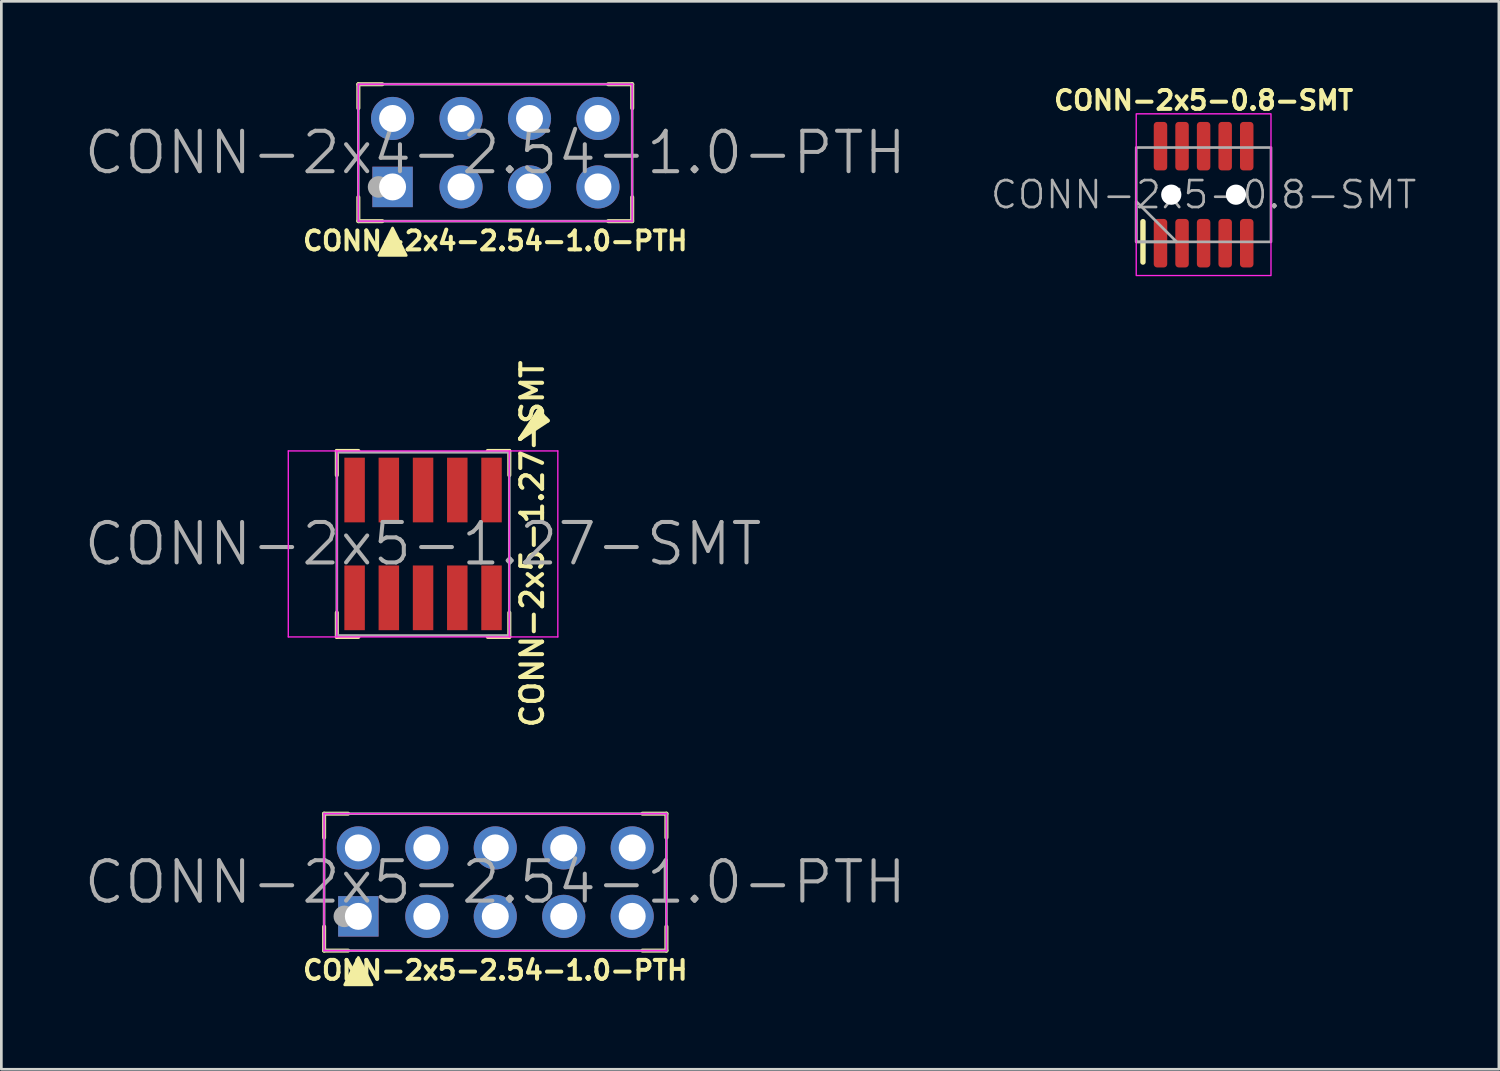
<source format=kicad_pcb>
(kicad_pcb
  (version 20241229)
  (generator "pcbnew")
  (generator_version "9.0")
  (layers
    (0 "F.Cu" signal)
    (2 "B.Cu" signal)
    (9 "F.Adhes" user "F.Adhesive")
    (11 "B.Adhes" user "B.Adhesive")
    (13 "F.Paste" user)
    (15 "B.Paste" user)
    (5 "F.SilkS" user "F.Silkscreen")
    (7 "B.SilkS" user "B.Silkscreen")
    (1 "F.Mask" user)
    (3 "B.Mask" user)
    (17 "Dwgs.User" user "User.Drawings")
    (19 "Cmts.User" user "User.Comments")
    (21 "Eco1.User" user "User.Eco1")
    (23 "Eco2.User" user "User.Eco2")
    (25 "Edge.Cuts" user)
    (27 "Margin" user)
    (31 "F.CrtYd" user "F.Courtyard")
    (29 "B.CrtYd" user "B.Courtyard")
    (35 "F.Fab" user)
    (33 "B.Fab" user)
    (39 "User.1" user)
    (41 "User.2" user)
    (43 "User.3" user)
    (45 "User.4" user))
  (footprint "CONN-2x5-0.8-SMT"
    (layer "F.Cu")
    (at 41.605 4.173)
    (property "Reference" "CONN-2x5-0.8-SMT" (at 0 -3.5 0) (unlocked yes) (layer "F.SilkS") (effects (font (size 0.7 0.7) (thickness 0.15) (bold yes))))
    (attr smd)
    (fp_line (start -2.25 1) (end -2.25 2.5) (stroke (width 0.2) (type default)) (layer "F.SilkS"))
    (fp_rect (start -2.5 -3) (end 2.5 3) (stroke (width 0.05) (type default)) (fill no) (layer "F.CrtYd"))
    (fp_rect (start -2.5 -1.75) (end 2.5 1.75) (stroke (width 0.1) (type default)) (fill no) (layer "F.Fab"))
    (fp_poly (pts (xy -2.5 1.75) (xy -2.5 0.25) (xy -1 1.75)) (stroke (width 0.1) (type solid)) (fill no) (layer "F.Fab"))
    (fp_text user "${REFERENCE}" (at 0 0 0) (unlocked yes) (layer "F.Fab") (effects (font (size 1 1) (thickness 0.1))))
    (pad "" np_thru_hole circle (at -1.2 0) (size 0.75 0.75) (drill 0.75) (layers "*.Cu" "*.Mask"))
    (pad "" np_thru_hole circle (at 1.2 0) (size 0.75 0.75) (drill 0.75) (layers "*.Cu" "*.Mask"))
    (pad "1" smd roundrect (at -1.6 1.8) (size 0.5 1.8) (layers "F.Cu" "F.Mask" "F.Paste") (roundrect_rratio 0.25))
    (pad "2" smd roundrect (at -1.6 -1.8) (size 0.5 1.8) (layers "F.Cu" "F.Mask" "F.Paste") (roundrect_rratio 0.25))
    (pad "3" smd roundrect (at -0.8 1.8) (size 0.5 1.8) (layers "F.Cu" "F.Mask" "F.Paste") (roundrect_rratio 0.25))
    (pad "4" smd roundrect (at -0.8 -1.8) (size 0.5 1.8) (layers "F.Cu" "F.Mask" "F.Paste") (roundrect_rratio 0.25))
    (pad "5" smd roundrect (at 0 1.8) (size 0.5 1.8) (layers "F.Cu" "F.Mask" "F.Paste") (roundrect_rratio 0.25))
    (pad "6" smd roundrect (at 0 -1.8) (size 0.5 1.8) (layers "F.Cu" "F.Mask" "F.Paste") (roundrect_rratio 0.25))
    (pad "7" smd roundrect (at 0.8 1.8) (size 0.5 1.8) (layers "F.Cu" "F.Mask" "F.Paste") (roundrect_rratio 0.25))
    (pad "8" smd roundrect (at 0.8 -1.8) (size 0.5 1.8) (layers "F.Cu" "F.Mask" "F.Paste") (roundrect_rratio 0.25))
    (pad "9" smd roundrect (at 1.6 1.8) (size 0.5 1.8) (layers "F.Cu" "F.Mask" "F.Paste") (roundrect_rratio 0.25))
    (pad "10" smd roundrect (at 1.6 -1.8) (size 0.5 1.8) (layers "F.Cu" "F.Mask" "F.Paste") (roundrect_rratio 0.25)))
  (footprint "CONN-2x5-2.54-1.0-PTH"
    (layer "F.Cu")
    (at 15.325 29.678)
    (property "Reference" "CONN-2x5-2.54-1.0-PTH" (at 0 3.27 0) (layer "F.SilkS") (effects (font (size 0.7 0.7) (thickness 0.15))))
    (attr through_hole)
    (fp_line (start -6.35 -2.54) (end -5.461 -2.54) (stroke (width 0.15) (type solid)) (layer "F.SilkS"))
    (fp_line (start -6.35 -1.651) (end -6.35 -2.54) (stroke (width 0.15) (type solid)) (layer "F.SilkS"))
    (fp_line (start -6.35 2.54) (end -6.35 1.651) (stroke (width 0.15) (type solid)) (layer "F.SilkS"))
    (fp_line (start -5.461 2.54) (end -6.35 2.54) (stroke (width 0.15) (type solid)) (layer "F.SilkS"))
    (fp_line (start 6.35 -2.54) (end 5.461 -2.54) (stroke (width 0.15) (type solid)) (layer "F.SilkS"))
    (fp_line (start 6.35 -1.651) (end 6.35 -2.54) (stroke (width 0.15) (type solid)) (layer "F.SilkS"))
    (fp_line (start 6.35 1.651) (end 6.35 2.54) (stroke (width 0.15) (type solid)) (layer "F.SilkS"))
    (fp_line (start 6.35 2.54) (end 5.461 2.54) (stroke (width 0.15) (type solid)) (layer "F.SilkS"))
    (fp_poly (pts (xy -5.08 2.794) (xy -5.588 3.81) (xy -4.572 3.81)) (stroke (width 0.1) (type solid)) (fill yes) (layer "F.SilkS"))
    (fp_line (start -6.35 -2.54) (end 6.35 -2.54) (stroke (width 0.05) (type solid)) (layer "F.CrtYd"))
    (fp_line (start -6.35 2.54) (end -6.35 -2.54) (stroke (width 0.05) (type solid)) (layer "F.CrtYd"))
    (fp_line (start 6.35 -2.54) (end 6.35 2.54) (stroke (width 0.05) (type solid)) (layer "F.CrtYd"))
    (fp_line (start 6.35 2.54) (end -6.35 2.54) (stroke (width 0.05) (type solid)) (layer "F.CrtYd"))
    (fp_line (start -6.35 -2.54) (end 6.35 -2.54) (stroke (width 0.1) (type solid)) (layer "F.Fab"))
    (fp_line (start -6.35 2.54) (end -6.35 -2.54) (stroke (width 0.1) (type solid)) (layer "F.Fab"))
    (fp_line (start 6.35 -2.54) (end 6.35 2.54) (stroke (width 0.1) (type solid)) (layer "F.Fab"))
    (fp_line (start 6.35 2.54) (end -6.35 2.54) (stroke (width 0.1) (type solid)) (layer "F.Fab"))
    (fp_circle (center -5.6 1.27) (end -5.4 1.27) (stroke (width 0.4) (type solid)) (fill no) (layer "F.Fab"))
    (fp_text user "${REFERENCE}" (at 0 0 0) (layer "F.Fab") (effects (font (size 1.5 1.5) (thickness 0.15))))
    (pad "1" thru_hole rect (at -5.08 1.27) (size 1.5 1.5) (drill 1) (layers "*.Cu" "*.Mask"))
    (pad "2" thru_hole circle (at -5.08 -1.27) (size 1.6 1.6) (drill 1) (layers "*.Cu" "*.Mask"))
    (pad "3" thru_hole circle (at -2.54 1.27) (size 1.6 1.6) (drill 1) (layers "*.Cu" "*.Mask"))
    (pad "4" thru_hole circle (at -2.54 -1.27) (size 1.6 1.6) (drill 1) (layers "*.Cu" "*.Mask"))
    (pad "5" thru_hole circle (at 0 1.27) (size 1.6 1.6) (drill 1) (layers "*.Cu" "*.Mask"))
    (pad "6" thru_hole circle (at 0 -1.27) (size 1.6 1.6) (drill 1) (layers "*.Cu" "*.Mask"))
    (pad "7" thru_hole circle (at 2.54 1.27) (size 1.6 1.6) (drill 1) (layers "*.Cu" "*.Mask"))
    (pad "8" thru_hole circle (at 2.54 -1.27) (size 1.6 1.6) (drill 1) (layers "*.Cu" "*.Mask"))
    (pad "9" thru_hole circle (at 5.08 1.27) (size 1.6 1.6) (drill 1) (layers "*.Cu" "*.Mask"))
    (pad "10" thru_hole circle (at 5.08 -1.27) (size 1.6 1.6) (drill 1) (layers "*.Cu" "*.Mask")))
  (footprint "CONN-2x5-1.27-SMT"
    (layer "F.Cu")
    (at 12.646 17.13)
    (property "Reference" "CONN-2x5-1.27-SMT" (at 4.05 0 270) (layer "F.SilkS") (effects (font (size 0.81 0.81) (thickness 0.15))))
    (attr through_hole)
    (fp_line (start -3.2 -2.55) (end -3.2 -3.45) (stroke (width 0.15) (type solid)) (layer "F.SilkS"))
    (fp_line (start -3.2 2.55) (end -3.2 3.45) (stroke (width 0.15) (type solid)) (layer "F.SilkS"))
    (fp_line (start -2.4 -3.45) (end -3.2 -3.45) (stroke (width 0.15) (type solid)) (layer "F.SilkS"))
    (fp_line (start -2.4 3.45) (end -3.2 3.45) (stroke (width 0.15) (type solid)) (layer "F.SilkS"))
    (fp_line (start 2.4 -3.45) (end 3.2 -3.45) (stroke (width 0.15) (type solid)) (layer "F.SilkS"))
    (fp_line (start 2.4 3.45) (end 3.2 3.45) (stroke (width 0.15) (type solid)) (layer "F.SilkS"))
    (fp_line (start 3.2 -2.55) (end 3.2 -3.45) (stroke (width 0.15) (type solid)) (layer "F.SilkS"))
    (fp_line (start 3.2 2.55) (end 3.2 3.45) (stroke (width 0.15) (type solid)) (layer "F.SilkS"))
    (fp_line (start 3.6 -3.9) (end 4.35 -4.85) (stroke (width 0.15) (type solid)) (layer "F.SilkS"))
    (fp_line (start 3.6 -3.9) (end 4.45 -4.75) (stroke (width 0.15) (type solid)) (layer "F.SilkS"))
    (fp_line (start 3.6 -3.9) (end 4.55 -4.65) (stroke (width 0.15) (type solid)) (layer "F.SilkS"))
    (fp_line (start 3.6 -3.9) (end 4.625 -4.575) (stroke (width 0.15) (type solid)) (layer "F.SilkS"))
    (fp_line (start 4.275 -4.925) (end 3.6 -3.9) (stroke (width 0.15) (type solid)) (layer "F.SilkS"))
    (fp_line (start 4.625 -4.575) (end 4.275 -4.925) (stroke (width 0.15) (type solid)) (layer "F.SilkS"))
    (fp_line (start -5 -3.45) (end -5 3.45) (stroke (width 0.05) (type solid)) (layer "F.CrtYd"))
    (fp_line (start -5 -3.45) (end 5 -3.45) (stroke (width 0.05) (type solid)) (layer "F.CrtYd"))
    (fp_line (start -5 3.45) (end 5 3.45) (stroke (width 0.05) (type solid)) (layer "F.CrtYd"))
    (fp_line (start -3.2 3.45) (end -3.2 -3.45) (stroke (width 0.05) (type solid)) (layer "F.CrtYd"))
    (fp_line (start 3.2 -3.45) (end 3.2 3.45) (stroke (width 0.05) (type solid)) (layer "F.CrtYd"))
    (fp_line (start 5 3.45) (end 5 -3.45) (stroke (width 0.05) (type solid)) (layer "F.CrtYd"))
    (fp_line (start -3.2 -3.4) (end 3.2 -3.4) (stroke (width 0.1) (type solid)) (layer "F.Fab"))
    (fp_line (start -3.2 3.4) (end -3.2 -3.4) (stroke (width 0.1) (type solid)) (layer "F.Fab"))
    (fp_line (start 3.2 -3.4) (end 3.2 3.4) (stroke (width 0.1) (type solid)) (layer "F.Fab"))
    (fp_line (start 3.2 3.4) (end -3.2 3.4) (stroke (width 0.1) (type solid)) (layer "F.Fab"))
    (fp_text user "${REFERENCE}" (at 0 0 0) (layer "F.Fab") (effects (font (size 1.5 1.5) (thickness 0.15))))
    (pad "1" smd rect (at 2.54 -2) (size 0.76 2.4) (layers "F.Cu" "F.Mask" "F.Paste"))
    (pad "2" smd rect (at 2.54 2) (size 0.76 2.4) (layers "F.Cu" "F.Mask" "F.Paste"))
    (pad "3" smd rect (at 1.27 -2) (size 0.76 2.4) (layers "F.Cu" "F.Mask" "F.Paste"))
    (pad "4" smd rect (at 1.27 2) (size 0.76 2.4) (layers "F.Cu" "F.Mask" "F.Paste"))
    (pad "5" smd rect (at 0 -2) (size 0.76 2.4) (layers "F.Cu" "F.Mask" "F.Paste"))
    (pad "6" smd rect (at 0 2) (size 0.76 2.4) (layers "F.Cu" "F.Mask" "F.Paste"))
    (pad "7" smd rect (at -1.27 -2) (size 0.76 2.4) (layers "F.Cu" "F.Mask" "F.Paste"))
    (pad "8" smd rect (at -1.27 2) (size 0.76 2.4) (layers "F.Cu" "F.Mask" "F.Paste"))
    (pad "9" smd rect (at -2.54 -2) (size 0.76 2.4) (layers "F.Cu" "F.Mask" "F.Paste"))
    (pad "10" smd rect (at -2.54 2) (size 0.76 2.4) (layers "F.Cu" "F.Mask" "F.Paste")))
  (footprint "CONN-2x4-2.54-1.0-PTH"
    (layer "F.Cu")
    (at 15.325 2.615)
    (property "Reference" "CONN-2x4-2.54-1.0-PTH" (at 0 3.27 0) (layer "F.SilkS") (effects (font (size 0.7 0.7) (thickness 0.15))))
    (attr through_hole)
    (fp_line (start -5.08 -2.54) (end -4.191 -2.54) (stroke (width 0.15) (type solid)) (layer "F.SilkS"))
    (fp_line (start -5.08 -1.651) (end -5.08 -2.54) (stroke (width 0.15) (type solid)) (layer "F.SilkS"))
    (fp_line (start -5.08 2.54) (end -5.08 1.651) (stroke (width 0.15) (type solid)) (layer "F.SilkS"))
    (fp_line (start -4.191 2.54) (end -5.08 2.54) (stroke (width 0.15) (type solid)) (layer "F.SilkS"))
    (fp_line (start 5.08 -2.54) (end 4.191 -2.54) (stroke (width 0.15) (type solid)) (layer "F.SilkS"))
    (fp_line (start 5.08 -1.651) (end 5.08 -2.54) (stroke (width 0.15) (type solid)) (layer "F.SilkS"))
    (fp_line (start 5.08 1.651) (end 5.08 2.54) (stroke (width 0.15) (type solid)) (layer "F.SilkS"))
    (fp_line (start 5.08 2.54) (end 4.191 2.54) (stroke (width 0.15) (type solid)) (layer "F.SilkS"))
    (fp_poly (pts (xy -3.81 2.794) (xy -4.318 3.81) (xy -3.302 3.81)) (stroke (width 0.1) (type solid)) (fill yes) (layer "F.SilkS"))
    (fp_line (start -5.08 -2.54) (end 5.08 -2.54) (stroke (width 0.05) (type solid)) (layer "F.CrtYd"))
    (fp_line (start -5.08 2.54) (end -5.08 -2.54) (stroke (width 0.05) (type solid)) (layer "F.CrtYd"))
    (fp_line (start 5.08 -2.54) (end 5.08 2.54) (stroke (width 0.05) (type solid)) (layer "F.CrtYd"))
    (fp_line (start 5.08 2.54) (end -5.08 2.54) (stroke (width 0.05) (type solid)) (layer "F.CrtYd"))
    (fp_line (start -5.08 -2.54) (end 5.08 -2.54) (stroke (width 0.1) (type solid)) (layer "F.Fab"))
    (fp_line (start -5.08 2.54) (end -5.08 -2.54) (stroke (width 0.1) (type solid)) (layer "F.Fab"))
    (fp_line (start 5.08 -2.54) (end 5.08 2.54) (stroke (width 0.1) (type solid)) (layer "F.Fab"))
    (fp_line (start 5.08 2.54) (end -5.08 2.54) (stroke (width 0.1) (type solid)) (layer "F.Fab"))
    (fp_circle (center -4.33 1.27) (end -4.13 1.27) (stroke (width 0.4) (type solid)) (fill no) (layer "F.Fab"))
    (fp_text user "${REFERENCE}" (at 0 0 0) (layer "F.Fab") (effects (font (size 1.5 1.5) (thickness 0.15))))
    (pad "1" thru_hole rect (at -3.81 1.27) (size 1.5 1.5) (drill 1) (layers "*.Cu" "*.Mask"))
    (pad "2" thru_hole circle (at -3.81 -1.27) (size 1.6 1.6) (drill 1) (layers "*.Cu" "*.Mask"))
    (pad "3" thru_hole circle (at -1.27 1.27) (size 1.6 1.6) (drill 1) (layers "*.Cu" "*.Mask"))
    (pad "4" thru_hole circle (at -1.27 -1.27) (size 1.6 1.6) (drill 1) (layers "*.Cu" "*.Mask"))
    (pad "5" thru_hole circle (at 1.27 1.27) (size 1.6 1.6) (drill 1) (layers "*.Cu" "*.Mask"))
    (pad "6" thru_hole circle (at 1.27 -1.27) (size 1.6 1.6) (drill 1) (layers "*.Cu" "*.Mask"))
    (pad "7" thru_hole circle (at 3.81 1.27) (size 1.6 1.6) (drill 1) (layers "*.Cu" "*.Mask"))
    (pad "8" thru_hole circle (at 3.81 -1.27) (size 1.6 1.6) (drill 1) (layers "*.Cu" "*.Mask")))
  (gr_rect
    (start -3 -3)
    (end 52.56 36.621)
    (stroke (width 0.1) (type default))
    (fill no)
    (layer "Edge.Cuts")))
</source>
